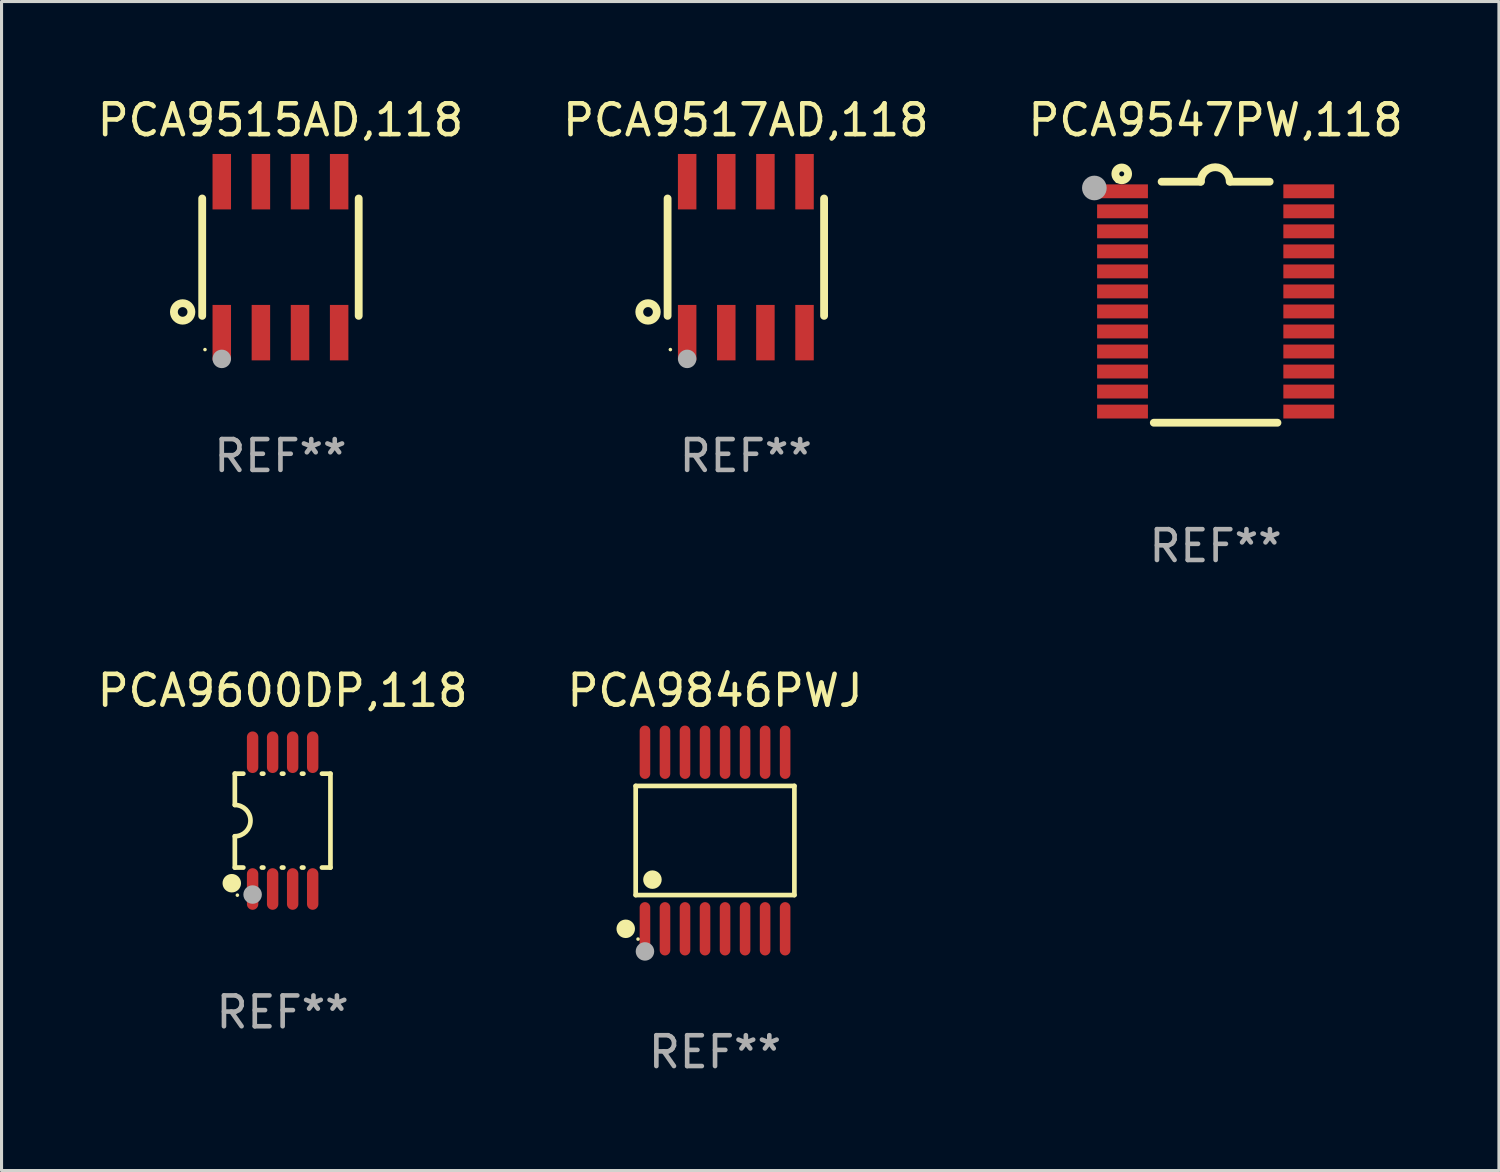
<source format=kicad_pcb>
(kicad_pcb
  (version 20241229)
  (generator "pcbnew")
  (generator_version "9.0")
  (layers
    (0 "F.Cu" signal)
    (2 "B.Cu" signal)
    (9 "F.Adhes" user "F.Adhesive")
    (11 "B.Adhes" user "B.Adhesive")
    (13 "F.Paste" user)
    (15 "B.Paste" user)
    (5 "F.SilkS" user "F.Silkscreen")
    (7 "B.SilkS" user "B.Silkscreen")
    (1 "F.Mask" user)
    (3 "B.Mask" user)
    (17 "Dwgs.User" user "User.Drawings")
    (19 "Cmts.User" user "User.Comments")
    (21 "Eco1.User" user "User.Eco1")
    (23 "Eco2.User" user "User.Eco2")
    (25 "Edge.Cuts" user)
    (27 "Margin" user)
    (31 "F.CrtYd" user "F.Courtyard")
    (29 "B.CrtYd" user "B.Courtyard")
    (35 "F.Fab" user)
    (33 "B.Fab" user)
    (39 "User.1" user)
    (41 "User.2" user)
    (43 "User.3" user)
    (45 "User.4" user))
  (footprint "PCA9517AD,118"
    (layer "F.Cu")
    (at 21.161 5.298)
    (property "Reference" "PCA9517AD,118" (at 0 -4.45 0) (layer "F.SilkS") (effects (font (size 1 1) (thickness 0.15))))
    (attr through_hole)
    (fp_line (start -2.54 -1.905) (end -2.54 1.905) (stroke (width 0.254) (type solid)) (layer "F.SilkS"))
    (fp_line (start 2.54 -1.905) (end 2.54 1.905) (stroke (width 0.254) (type solid)) (layer "F.SilkS"))
    (fp_circle (center -3.175 1.778) (end -2.891 1.778) (stroke (width 0.254) (type solid)) (fill no) (layer "F.SilkS"))
    (fp_circle (center -2.45 3) (end -2.42 3) (stroke (width 0.06) (type solid)) (fill no) (layer "F.SilkS"))
    (fp_circle (center -1.905 3.302) (end -1.755 3.302) (stroke (width 0.3) (type solid)) (fill no) (layer "F.Fab"))
    (fp_text user "REF**" (at 0 6.45 0) (layer "F.Fab") (effects (font (size 1 1) (thickness 0.15))))
    (pad "1" smd rect (at -1.905 2.45) (size 0.6 1.8) (layers "F.Cu" "F.Mask" "F.Paste"))
    (pad "2" smd rect (at -0.635 2.45) (size 0.6 1.8) (layers "F.Cu" "F.Mask" "F.Paste"))
    (pad "3" smd rect (at 0.635 2.45) (size 0.6 1.8) (layers "F.Cu" "F.Mask" "F.Paste"))
    (pad "4" smd rect (at 1.905 2.45) (size 0.6 1.8) (layers "F.Cu" "F.Mask" "F.Paste"))
    (pad "5" smd rect (at 1.905 -2.45 180) (size 0.6 1.8) (layers "F.Cu" "F.Mask" "F.Paste"))
    (pad "6" smd rect (at 0.635 -2.45 180) (size 0.6 1.8) (layers "F.Cu" "F.Mask" "F.Paste"))
    (pad "7" smd rect (at -0.635 -2.45 180) (size 0.6 1.8) (layers "F.Cu" "F.Mask" "F.Paste"))
    (pad "8" smd rect (at -1.905 -2.45 180) (size 0.6 1.8) (layers "F.Cu" "F.Mask" "F.Paste")))
  (footprint "PCA9515AD,118"
    (layer "F.Cu")
    (at 6.054 5.298)
    (property "Reference" "PCA9515AD,118" (at 0 -4.45 0) (layer "F.SilkS") (effects (font (size 1 1) (thickness 0.15))))
    (attr through_hole)
    (fp_line (start -2.54 -1.905) (end -2.54 1.905) (stroke (width 0.254) (type solid)) (layer "F.SilkS"))
    (fp_line (start 2.54 -1.905) (end 2.54 1.905) (stroke (width 0.254) (type solid)) (layer "F.SilkS"))
    (fp_circle (center -3.175 1.778) (end -2.891 1.778) (stroke (width 0.254) (type solid)) (fill no) (layer "F.SilkS"))
    (fp_circle (center -2.45 3) (end -2.42 3) (stroke (width 0.06) (type solid)) (fill no) (layer "F.SilkS"))
    (fp_circle (center -1.905 3.302) (end -1.755 3.302) (stroke (width 0.3) (type solid)) (fill no) (layer "F.Fab"))
    (fp_text user "REF**" (at 0 6.45 0) (layer "F.Fab") (effects (font (size 1 1) (thickness 0.15))))
    (pad "1" smd rect (at -1.905 2.45) (size 0.6 1.8) (layers "F.Cu" "F.Mask" "F.Paste"))
    (pad "2" smd rect (at -0.635 2.45) (size 0.6 1.8) (layers "F.Cu" "F.Mask" "F.Paste"))
    (pad "3" smd rect (at 0.635 2.45) (size 0.6 1.8) (layers "F.Cu" "F.Mask" "F.Paste"))
    (pad "4" smd rect (at 1.905 2.45) (size 0.6 1.8) (layers "F.Cu" "F.Mask" "F.Paste"))
    (pad "5" smd rect (at 1.905 -2.45 180) (size 0.6 1.8) (layers "F.Cu" "F.Mask" "F.Paste"))
    (pad "6" smd rect (at 0.635 -2.45 180) (size 0.6 1.8) (layers "F.Cu" "F.Mask" "F.Paste"))
    (pad "7" smd rect (at -0.635 -2.45 180) (size 0.6 1.8) (layers "F.Cu" "F.Mask" "F.Paste"))
    (pad "8" smd rect (at -1.905 -2.45 180) (size 0.6 1.8) (layers "F.Cu" "F.Mask" "F.Paste")))
  (footprint "PCA9547PW,118"
    (layer "F.Cu")
    (at 36.411 6.76)
    (property "Reference" "PCA9547PW,118" (at 0 -5.912 0) (layer "F.SilkS") (effects (font (size 1 1) (thickness 0.15))))
    (attr through_hole)
    (fp_line (start -1.753 -3.912) (end -0.483 -3.912) (stroke (width 0.254) (type solid)) (layer "F.SilkS"))
    (fp_line (start 0.483 -3.912) (end 1.753 -3.912) (stroke (width 0.254) (type solid)) (layer "F.SilkS"))
    (fp_line (start 2.007 3.912) (end -2.007 3.912) (stroke (width 0.254) (type solid)) (layer "F.SilkS"))
    (fp_arc (start -0.482626 -3.911608) (mid -0.012725 -4.381509) (end 0.457176 -3.911608) (stroke (width 0.254001) (type solid)) (layer "F.SilkS"))
    (fp_circle (center -3.2 -3.925) (end -3.17 -3.925) (stroke (width 0.06) (type solid)) (fill no) (layer "F.SilkS"))
    (fp_circle (center -3.048 -4.166) (end -2.968 -4.166) (stroke (width 0.254) (type solid)) (fill no) (layer "F.SilkS"))
    (fp_circle (center -3.937 -3.708) (end -3.737 -3.708) (stroke (width 0.4) (type solid)) (fill no) (layer "F.Fab"))
    (fp_text user "REF**" (at 0 7.912 0) (layer "F.Fab") (effects (font (size 1 1) (thickness 0.15))))
    (pad "1" smd rect (at -3.023 -3.6) (size 1.65 0.45) (layers "F.Cu" "F.Mask" "F.Paste"))
    (pad "2" smd rect (at -3.023 -2.95) (size 1.65 0.45) (layers "F.Cu" "F.Mask" "F.Paste"))
    (pad "3" smd rect (at -3.023 -2.3) (size 1.65 0.45) (layers "F.Cu" "F.Mask" "F.Paste"))
    (pad "4" smd rect (at -3.023 -1.65) (size 1.65 0.45) (layers "F.Cu" "F.Mask" "F.Paste"))
    (pad "5" smd rect (at -3.023 -1) (size 1.65 0.45) (layers "F.Cu" "F.Mask" "F.Paste"))
    (pad "6" smd rect (at -3.023 -0.35) (size 1.65 0.45) (layers "F.Cu" "F.Mask" "F.Paste"))
    (pad "7" smd rect (at -3.023 0.3) (size 1.65 0.45) (layers "F.Cu" "F.Mask" "F.Paste"))
    (pad "8" smd rect (at -3.023 0.95) (size 1.65 0.45) (layers "F.Cu" "F.Mask" "F.Paste"))
    (pad "9" smd rect (at -3.023 1.6) (size 1.65 0.45) (layers "F.Cu" "F.Mask" "F.Paste"))
    (pad "10" smd rect (at -3.023 2.25) (size 1.65 0.45) (layers "F.Cu" "F.Mask" "F.Paste"))
    (pad "11" smd rect (at -3.023 2.9) (size 1.65 0.45) (layers "F.Cu" "F.Mask" "F.Paste"))
    (pad "12" smd rect (at -3.023 3.55) (size 1.65 0.45) (layers "F.Cu" "F.Mask" "F.Paste"))
    (pad "13" smd rect (at 3.023 3.55) (size 1.65 0.45) (layers "F.Cu" "F.Mask" "F.Paste"))
    (pad "14" smd rect (at 3.023 2.9) (size 1.65 0.45) (layers "F.Cu" "F.Mask" "F.Paste"))
    (pad "15" smd rect (at 3.023 2.25) (size 1.65 0.45) (layers "F.Cu" "F.Mask" "F.Paste"))
    (pad "16" smd rect (at 3.023 1.6) (size 1.65 0.45) (layers "F.Cu" "F.Mask" "F.Paste"))
    (pad "17" smd rect (at 3.023 0.95) (size 1.65 0.45) (layers "F.Cu" "F.Mask" "F.Paste"))
    (pad "18" smd rect (at 3.023 0.3) (size 1.65 0.45) (layers "F.Cu" "F.Mask" "F.Paste"))
    (pad "19" smd rect (at 3.023 -0.35) (size 1.65 0.45) (layers "F.Cu" "F.Mask" "F.Paste"))
    (pad "20" smd rect (at 3.023 -1) (size 1.65 0.45) (layers "F.Cu" "F.Mask" "F.Paste"))
    (pad "21" smd rect (at 3.023 -1.65) (size 1.65 0.45) (layers "F.Cu" "F.Mask" "F.Paste"))
    (pad "22" smd rect (at 3.023 -2.3) (size 1.65 0.45) (layers "F.Cu" "F.Mask" "F.Paste"))
    (pad "23" smd rect (at 3.023 -2.95) (size 1.65 0.45) (layers "F.Cu" "F.Mask" "F.Paste"))
    (pad "24" smd rect (at 3.023 -3.6) (size 1.65 0.45) (layers "F.Cu" "F.Mask" "F.Paste")))
  (footprint "PCA9600DP,118"
    (layer "F.Cu")
    (at 6.125 23.588)
    (property "Reference" "PCA9600DP,118" (at 0 -4.22 0) (layer "F.SilkS") (effects (font (size 1 1) (thickness 0.15))))
    (attr through_hole)
    (fp_line (start -1.552 -1.524) (end -1.276 -1.524) (stroke (width 0.152) (type solid)) (layer "F.SilkS"))
    (fp_line (start -1.552 -0.508) (end -1.552 -1.524) (stroke (width 0.152) (type solid)) (layer "F.SilkS"))
    (fp_line (start -1.552 1.524) (end -1.552 0.508) (stroke (width 0.152) (type solid)) (layer "F.SilkS"))
    (fp_line (start -1.552 1.524) (end -1.276 1.524) (stroke (width 0.152) (type solid)) (layer "F.SilkS"))
    (fp_line (start -0.674 -1.524) (end -0.626 -1.524) (stroke (width 0.152) (type solid)) (layer "F.SilkS"))
    (fp_line (start -0.674 1.524) (end -0.626 1.524) (stroke (width 0.152) (type solid)) (layer "F.SilkS"))
    (fp_line (start -0.024 -1.524) (end 0.024 -1.524) (stroke (width 0.152) (type solid)) (layer "F.SilkS"))
    (fp_line (start -0.024 1.524) (end 0.024 1.524) (stroke (width 0.152) (type solid)) (layer "F.SilkS"))
    (fp_line (start 0.626 -1.524) (end 0.674 -1.524) (stroke (width 0.152) (type solid)) (layer "F.SilkS"))
    (fp_line (start 0.626 1.524) (end 0.674 1.524) (stroke (width 0.152) (type solid)) (layer "F.SilkS"))
    (fp_line (start 1.276 1.524) (end 1.552 1.524) (stroke (width 0.152) (type solid)) (layer "F.SilkS"))
    (fp_line (start 1.276 -1.524) (end 1.552 -1.524) (stroke (width 0.152) (type solid)) (layer "F.SilkS"))
    (fp_line (start 1.552 -1.524) (end 1.552 1.524) (stroke (width 0.152) (type solid)) (layer "F.SilkS"))
    (fp_arc (start -1.551943 -0.508001) (mid -1.043942 0) (end -1.551943 0.508001) (stroke (width 0.151994) (type solid)) (layer "F.SilkS"))
    (fp_circle (center -1.651 2.032) (end -1.501 2.032) (stroke (width 0.3) (type solid)) (fill no) (layer "F.SilkS"))
    (fp_circle (center -1.47 2.42) (end -1.44 2.42) (stroke (width 0.06) (type solid)) (fill no) (layer "F.SilkS"))
    (fp_circle (center -0.975 2.4) (end -0.825 2.4) (stroke (width 0.3) (type solid)) (fill no) (layer "F.Fab"))
    (fp_text user "REF**" (at 0 6.22 0) (layer "F.Fab") (effects (font (size 1 1) (thickness 0.15))))
    (pad "1" smd oval (at -0.975 2.22) (size 0.37 1.35) (layers "F.Cu" "F.Mask" "F.Paste"))
    (pad "2" smd oval (at -0.325 2.22) (size 0.37 1.35) (layers "F.Cu" "F.Mask" "F.Paste"))
    (pad "3" smd oval (at 0.325 2.22) (size 0.37 1.35) (layers "F.Cu" "F.Mask" "F.Paste"))
    (pad "4" smd oval (at 0.975 2.22) (size 0.37 1.35) (layers "F.Cu" "F.Mask" "F.Paste"))
    (pad "5" smd oval (at 0.975 -2.22) (size 0.37 1.35) (layers "F.Cu" "F.Mask" "F.Paste"))
    (pad "6" smd oval (at 0.325 -2.22) (size 0.37 1.35) (layers "F.Cu" "F.Mask" "F.Paste"))
    (pad "7" smd oval (at -0.325 -2.22) (size 0.37 1.35) (layers "F.Cu" "F.Mask" "F.Paste"))
    (pad "8" smd oval (at -0.975 -2.22) (size 0.37 1.35) (layers "F.Cu" "F.Mask" "F.Paste")))
  (footprint "PCA9846PWJ"
    (layer "F.Cu")
    (at 20.161 24.234)
    (property "Reference" "PCA9846PWJ" (at 0 -4.866 0) (layer "F.SilkS") (effects (font (size 1 1) (thickness 0.15))))
    (attr through_hole)
    (fp_line (start -2.576 -1.772) (end 2.576 -1.772) (stroke (width 0.152) (type solid)) (layer "F.SilkS"))
    (fp_line (start -2.576 1.771) (end -2.576 -1.772) (stroke (width 0.152) (type solid)) (layer "F.SilkS"))
    (fp_line (start 2.576 -1.772) (end 2.576 1.771) (stroke (width 0.152) (type solid)) (layer "F.SilkS"))
    (fp_line (start 2.576 1.771) (end -2.576 1.771) (stroke (width 0.152) (type solid)) (layer "F.SilkS"))
    (fp_circle (center -2.899 2.866) (end -2.749 2.866) (stroke (width 0.3) (type solid)) (fill no) (layer "F.SilkS"))
    (fp_circle (center -2.5 3.2) (end -2.47 3.2) (stroke (width 0.06) (type solid)) (fill no) (layer "F.SilkS"))
    (fp_circle (center -2.032 1.27) (end -1.882 1.27) (stroke (width 0.3) (type solid)) (fill no) (layer "F.SilkS"))
    (fp_circle (center -2.275 3.6) (end -2.125 3.6) (stroke (width 0.3) (type solid)) (fill no) (layer "F.Fab"))
    (fp_text user "REF**" (at 0 6.866 0) (layer "F.Fab") (effects (font (size 1 1) (thickness 0.15))))
    (pad "1" smd oval (at -2.275 2.866) (size 0.343 1.731) (layers "F.Cu" "F.Mask" "F.Paste"))
    (pad "2" smd oval (at -1.625 2.866) (size 0.343 1.731) (layers "F.Cu" "F.Mask" "F.Paste"))
    (pad "3" smd oval (at -0.975 2.866) (size 0.343 1.731) (layers "F.Cu" "F.Mask" "F.Paste"))
    (pad "4" smd oval (at -0.325 2.866) (size 0.343 1.731) (layers "F.Cu" "F.Mask" "F.Paste"))
    (pad "5" smd oval (at 0.325 2.866) (size 0.343 1.731) (layers "F.Cu" "F.Mask" "F.Paste"))
    (pad "6" smd oval (at 0.975 2.866) (size 0.343 1.731) (layers "F.Cu" "F.Mask" "F.Paste"))
    (pad "7" smd oval (at 1.625 2.866) (size 0.343 1.731) (layers "F.Cu" "F.Mask" "F.Paste"))
    (pad "8" smd oval (at 2.275 2.866) (size 0.343 1.731) (layers "F.Cu" "F.Mask" "F.Paste"))
    (pad "9" smd oval (at 2.275 -2.866) (size 0.343 1.731) (layers "F.Cu" "F.Mask" "F.Paste"))
    (pad "10" smd oval (at 1.625 -2.866) (size 0.343 1.731) (layers "F.Cu" "F.Mask" "F.Paste"))
    (pad "11" smd oval (at 0.975 -2.866) (size 0.343 1.731) (layers "F.Cu" "F.Mask" "F.Paste"))
    (pad "12" smd oval (at 0.325 -2.866) (size 0.343 1.731) (layers "F.Cu" "F.Mask" "F.Paste"))
    (pad "13" smd oval (at -0.325 -2.866) (size 0.343 1.731) (layers "F.Cu" "F.Mask" "F.Paste"))
    (pad "14" smd oval (at -0.975 -2.866) (size 0.343 1.731) (layers "F.Cu" "F.Mask" "F.Paste"))
    (pad "15" smd oval (at -1.625 -2.866) (size 0.343 1.731) (layers "F.Cu" "F.Mask" "F.Paste"))
    (pad "16" smd oval (at -2.275 -2.866) (size 0.343 1.731) (layers "F.Cu" "F.Mask" "F.Paste")))
  (gr_rect
    (start -3 -3)
    (end 45.607 34.948)
    (stroke (width 0.1) (type default))
    (fill no)
    (layer "Edge.Cuts")))
</source>
